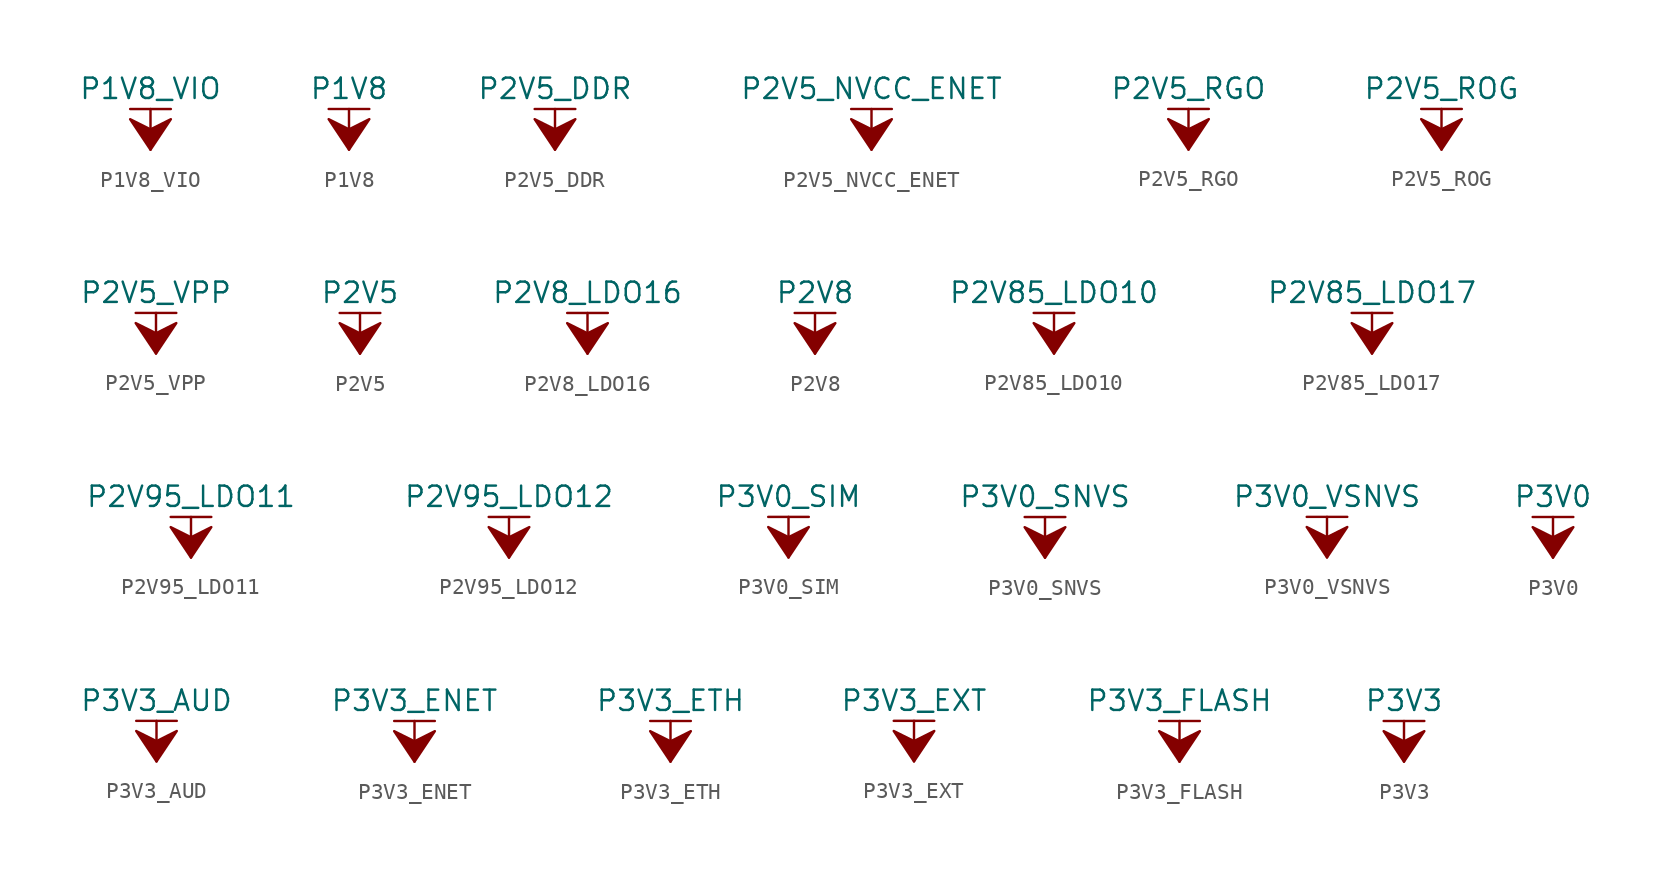
<source format=kicad_sym>
(kicad_symbol_lib
  (version 20211014)
  (generator kicad_symbol_editor)
  (symbol "P1V8_VIO"
    (power)
    (pin_names
      (offset 0))
    (property "Reference" "#PWR"
      (at 0 -3.81 0)
      (effects (font (size 1.27 1.27)) hide))
    (property "Value" "P1V8_VIO"
      (at 0 3.81 0)
      (effects (font (size 1.27 1.27))))
    (symbol "P1V8_VIO_0_1"
      (polyline (pts (xy -1.27 2.54) (xy 1.27 2.54)) (stroke (width 0.152) (type default) (color 0 0 0 0)) (fill (type none)))
      (polyline (pts (xy 0 0) (xy 0 2.54)) (stroke (width 0.152) (type default) (color 0 0 0 0)) (fill (type none)))
      (polyline (pts (xy 0 0) (xy 1.27 1.905) (xy 0 1.27) (xy -1.27 1.905) (xy 0 0)) (stroke (width 0.152) (type default) (color 0 0 0 0)) (fill (type outline))))
    (symbol "P1V8_VIO_1_1"
      (pin power_in line (at 0 0 90) (length 0) hide (name "P1V8_VIO" (effects (font (size 1.27 1.27)))) (number "1" (effects (font (size 1.27 1.27)))))))
  (symbol "P1V8"
    (power)
    (pin_names
      (offset 0))
    (property "Reference" "#PWR"
      (at 0 -3.81 0)
      (effects (font (size 1.27 1.27)) hide))
    (property "Value" "P1V8"
      (at 0 3.81 0)
      (effects (font (size 1.27 1.27))))
    (symbol "P1V8_0_1"
      (polyline (pts (xy -1.27 2.54) (xy 1.27 2.54)) (stroke (width 0.152) (type default) (color 0 0 0 0)) (fill (type none)))
      (polyline (pts (xy 0 0) (xy 0 2.54)) (stroke (width 0.152) (type default) (color 0 0 0 0)) (fill (type none)))
      (polyline (pts (xy 0 0) (xy 1.27 1.905) (xy 0 1.27) (xy -1.27 1.905) (xy 0 0)) (stroke (width 0.152) (type default) (color 0 0 0 0)) (fill (type outline))))
    (symbol "P1V8_1_1"
      (pin power_in line (at 0 0 90) (length 0) hide (name "P1V8" (effects (font (size 1.27 1.27)))) (number "1" (effects (font (size 1.27 1.27)))))))
  (symbol "P2V5_DDR"
    (power)
    (pin_names
      (offset 0))
    (property "Reference" "#PWR"
      (at 0 -3.81 0)
      (effects (font (size 1.27 1.27)) hide))
    (property "Value" "P2V5_DDR"
      (at 0 3.81 0)
      (effects (font (size 1.27 1.27))))
    (symbol "P2V5_DDR_0_1"
      (polyline (pts (xy -1.27 2.54) (xy 1.27 2.54)) (stroke (width 0.152) (type default) (color 0 0 0 0)) (fill (type none)))
      (polyline (pts (xy 0 0) (xy 0 2.54)) (stroke (width 0.152) (type default) (color 0 0 0 0)) (fill (type none)))
      (polyline (pts (xy 0 0) (xy 1.27 1.905) (xy 0 1.27) (xy -1.27 1.905) (xy 0 0)) (stroke (width 0.152) (type default) (color 0 0 0 0)) (fill (type outline))))
    (symbol "P2V5_DDR_1_1"
      (pin power_in line (at 0 0 90) (length 0) hide (name "P2V5_DDR" (effects (font (size 1.27 1.27)))) (number "1" (effects (font (size 1.27 1.27)))))))
  (symbol "P2V5_NVCC_ENET"
    (power)
    (pin_names
      (offset 0))
    (property "Reference" "#PWR"
      (at 0 -3.81 0)
      (effects (font (size 1.27 1.27)) hide))
    (property "Value" "P2V5_NVCC_ENET"
      (at 0 3.81 0)
      (effects (font (size 1.27 1.27))))
    (symbol "P2V5_NVCC_ENET_0_1"
      (polyline (pts (xy -1.27 2.54) (xy 1.27 2.54)) (stroke (width 0.152) (type default) (color 0 0 0 0)) (fill (type none)))
      (polyline (pts (xy 0 0) (xy 0 2.54)) (stroke (width 0.152) (type default) (color 0 0 0 0)) (fill (type none)))
      (polyline (pts (xy 0 0) (xy 1.27 1.905) (xy 0 1.27) (xy -1.27 1.905) (xy 0 0)) (stroke (width 0.152) (type default) (color 0 0 0 0)) (fill (type outline))))
    (symbol "P2V5_NVCC_ENET_1_1"
      (pin power_in line (at 0 0 90) (length 0) hide (name "P2V5" (effects (font (size 1.27 1.27)))) (number "1" (effects (font (size 1.27 1.27)))))))
  (symbol "P2V5_RGO"
    (power)
    (pin_names
      (offset 0))
    (property "Reference" "#PWR"
      (at 0 -3.81 0)
      (effects (font (size 1.27 1.27)) hide))
    (property "Value" "P2V5_RGO"
      (at 0 3.81 0)
      (effects (font (size 1.27 1.27))))
    (symbol "P2V5_RGO_0_1"
      (polyline (pts (xy -1.27 2.54) (xy 1.27 2.54)) (stroke (width 0.152) (type default) (color 0 0 0 0)) (fill (type none)))
      (polyline (pts (xy 0 0) (xy 0 2.54)) (stroke (width 0.152) (type default) (color 0 0 0 0)) (fill (type none)))
      (polyline (pts (xy 0 0) (xy 1.27 1.905) (xy 0 1.27) (xy -1.27 1.905) (xy 0 0)) (stroke (width 0.152) (type default) (color 0 0 0 0)) (fill (type outline))))
    (symbol "P2V5_RGO_1_1"
      (pin power_in line (at 0 0 90) (length 0) hide (name "P2V5_RGO" (effects (font (size 1.27 1.27)))) (number "1" (effects (font (size 1.27 1.27)))))))
  (symbol "P2V5_ROG"
    (power)
    (pin_names
      (offset 0))
    (property "Reference" "#PWR"
      (at 0 -3.81 0)
      (effects (font (size 1.27 1.27)) hide))
    (property "Value" "P2V5_ROG"
      (at 0 3.81 0)
      (effects (font (size 1.27 1.27))))
    (symbol "P2V5_ROG_0_1"
      (polyline (pts (xy -1.27 2.54) (xy 1.27 2.54)) (stroke (width 0.152) (type default) (color 0 0 0 0)) (fill (type none)))
      (polyline (pts (xy 0 0) (xy 0 2.54)) (stroke (width 0.152) (type default) (color 0 0 0 0)) (fill (type none)))
      (polyline (pts (xy 0 0) (xy 1.27 1.905) (xy 0 1.27) (xy -1.27 1.905) (xy 0 0)) (stroke (width 0.152) (type default) (color 0 0 0 0)) (fill (type outline))))
    (symbol "P2V5_ROG_1_1"
      (pin power_in line (at 0 0 90) (length 0) hide (name "P2V5_ROG" (effects (font (size 1.27 1.27)))) (number "1" (effects (font (size 1.27 1.27)))))))
  (symbol "P2V5_VPP"
    (power)
    (pin_names
      (offset 0))
    (property "Reference" "#PWR"
      (at 0 -3.81 0)
      (effects (font (size 1.27 1.27)) hide))
    (property "Value" "P2V5_VPP"
      (at 0 3.81 0)
      (effects (font (size 1.27 1.27))))
    (symbol "P2V5_VPP_0_1"
      (polyline (pts (xy -1.27 2.54) (xy 1.27 2.54)) (stroke (width 0.152) (type default) (color 0 0 0 0)) (fill (type none)))
      (polyline (pts (xy 0 0) (xy 0 2.54)) (stroke (width 0.152) (type default) (color 0 0 0 0)) (fill (type none)))
      (polyline (pts (xy 0 0) (xy 1.27 1.905) (xy 0 1.27) (xy -1.27 1.905) (xy 0 0)) (stroke (width 0.152) (type default) (color 0 0 0 0)) (fill (type outline))))
    (symbol "P2V5_VPP_1_1"
      (pin power_in line (at 0 0 90) (length 0) hide (name "P2V5_VPP" (effects (font (size 1.27 1.27)))) (number "1" (effects (font (size 1.27 1.27)))))))
  (symbol "P2V5"
    (power)
    (pin_names
      (offset 0))
    (property "Reference" "#PWR"
      (at 0 -3.81 0)
      (effects (font (size 1.27 1.27)) hide))
    (property "Value" "P2V5"
      (at 0 3.81 0)
      (effects (font (size 1.27 1.27))))
    (symbol "P2V5_0_1"
      (polyline (pts (xy -1.27 2.54) (xy 1.27 2.54)) (stroke (width 0.152) (type default) (color 0 0 0 0)) (fill (type none)))
      (polyline (pts (xy 0 0) (xy 0 2.54)) (stroke (width 0.152) (type default) (color 0 0 0 0)) (fill (type none)))
      (polyline (pts (xy 0 0) (xy 1.27 1.905) (xy 0 1.27) (xy -1.27 1.905) (xy 0 0)) (stroke (width 0.152) (type default) (color 0 0 0 0)) (fill (type outline))))
    (symbol "P2V5_1_1"
      (pin power_in line (at 0 0 90) (length 0) hide (name "P2V5" (effects (font (size 1.27 1.27)))) (number "1" (effects (font (size 1.27 1.27)))))))
  (symbol "P2V8_LDO16"
    (power)
    (pin_names
      (offset 0))
    (property "Reference" "#PWR"
      (at 0 -3.81 0)
      (effects (font (size 1.27 1.27)) hide))
    (property "Value" "P2V8_LDO16"
      (at 0 3.81 0)
      (effects (font (size 1.27 1.27))))
    (symbol "P2V8_LDO16_0_1"
      (polyline (pts (xy -1.27 2.54) (xy 1.27 2.54)) (stroke (width 0.152) (type default) (color 0 0 0 0)) (fill (type none)))
      (polyline (pts (xy 0 0) (xy 0 2.54)) (stroke (width 0.152) (type default) (color 0 0 0 0)) (fill (type none)))
      (polyline (pts (xy 0 0) (xy 1.27 1.905) (xy 0 1.27) (xy -1.27 1.905) (xy 0 0)) (stroke (width 0.152) (type default) (color 0 0 0 0)) (fill (type outline))))
    (symbol "P2V8_LDO16_1_1"
      (pin power_in line (at 0 0 90) (length 0) hide (name "P2V8_LDO16" (effects (font (size 1.27 1.27)))) (number "1" (effects (font (size 1.27 1.27)))))))
  (symbol "P2V8"
    (power)
    (pin_names
      (offset 0))
    (property "Reference" "#PWR"
      (at 0 -3.81 0)
      (effects (font (size 1.27 1.27)) hide))
    (property "Value" "P2V8"
      (at 0 3.81 0)
      (effects (font (size 1.27 1.27))))
    (symbol "P2V8_0_1"
      (polyline (pts (xy -1.27 2.54) (xy 1.27 2.54)) (stroke (width 0.152) (type default) (color 0 0 0 0)) (fill (type none)))
      (polyline (pts (xy 0 0) (xy 0 2.54)) (stroke (width 0.152) (type default) (color 0 0 0 0)) (fill (type none)))
      (polyline (pts (xy 0 0) (xy 1.27 1.905) (xy 0 1.27) (xy -1.27 1.905) (xy 0 0)) (stroke (width 0.152) (type default) (color 0 0 0 0)) (fill (type outline))))
    (symbol "P2V8_1_1"
      (pin power_in line (at 0 0 90) (length 0) hide (name "P2V8" (effects (font (size 1.27 1.27)))) (number "1" (effects (font (size 1.27 1.27)))))))
  (symbol "P2V85_LDO10"
    (power)
    (pin_names
      (offset 0))
    (property "Reference" "#PWR"
      (at 0 -3.81 0)
      (effects (font (size 1.27 1.27)) hide))
    (property "Value" "P2V85_LDO10"
      (at 0 3.81 0)
      (effects (font (size 1.27 1.27))))
    (symbol "P2V85_LDO10_0_1"
      (polyline (pts (xy -1.27 2.54) (xy 1.27 2.54)) (stroke (width 0.152) (type default) (color 0 0 0 0)) (fill (type none)))
      (polyline (pts (xy 0 0) (xy 0 2.54)) (stroke (width 0.152) (type default) (color 0 0 0 0)) (fill (type none)))
      (polyline (pts (xy 0 0) (xy 1.27 1.905) (xy 0 1.27) (xy -1.27 1.905) (xy 0 0)) (stroke (width 0.152) (type default) (color 0 0 0 0)) (fill (type outline))))
    (symbol "P2V85_LDO10_1_1"
      (pin power_in line (at 0 0 90) (length 0) hide (name "P2V85_LDO10" (effects (font (size 1.27 1.27)))) (number "1" (effects (font (size 1.27 1.27)))))))
  (symbol "P2V85_LDO17"
    (power)
    (pin_names
      (offset 0))
    (property "Reference" "#PWR"
      (at 0 -3.81 0)
      (effects (font (size 1.27 1.27)) hide))
    (property "Value" "P2V85_LDO17"
      (at 0 3.81 0)
      (effects (font (size 1.27 1.27))))
    (symbol "P2V85_LDO17_0_1"
      (polyline (pts (xy -1.27 2.54) (xy 1.27 2.54)) (stroke (width 0.152) (type default) (color 0 0 0 0)) (fill (type none)))
      (polyline (pts (xy 0 0) (xy 0 2.54)) (stroke (width 0.152) (type default) (color 0 0 0 0)) (fill (type none)))
      (polyline (pts (xy 0 0) (xy 1.27 1.905) (xy 0 1.27) (xy -1.27 1.905) (xy 0 0)) (stroke (width 0.152) (type default) (color 0 0 0 0)) (fill (type outline))))
    (symbol "P2V85_LDO17_1_1"
      (pin power_in line (at 0 0 90) (length 0) hide (name "P2V85_LDO17" (effects (font (size 1.27 1.27)))) (number "1" (effects (font (size 1.27 1.27)))))))
  (symbol "P2V95_LDO11"
    (power)
    (pin_names
      (offset 0))
    (property "Reference" "#PWR"
      (at 0 -3.81 0)
      (effects (font (size 1.27 1.27)) hide))
    (property "Value" "P2V95_LDO11"
      (at 0 3.81 0)
      (effects (font (size 1.27 1.27))))
    (symbol "P2V95_LDO11_0_1"
      (polyline (pts (xy -1.27 2.54) (xy 1.27 2.54)) (stroke (width 0.152) (type default) (color 0 0 0 0)) (fill (type none)))
      (polyline (pts (xy 0 0) (xy 0 2.54)) (stroke (width 0.152) (type default) (color 0 0 0 0)) (fill (type none)))
      (polyline (pts (xy 0 0) (xy 1.27 1.905) (xy 0 1.27) (xy -1.27 1.905) (xy 0 0)) (stroke (width 0.152) (type default) (color 0 0 0 0)) (fill (type outline))))
    (symbol "P2V95_LDO11_1_1"
      (pin power_in line (at 0 0 90) (length 0) hide (name "P2V95_LDO11" (effects (font (size 1.27 1.27)))) (number "1" (effects (font (size 1.27 1.27)))))))
  (symbol "P2V95_LDO12"
    (power)
    (pin_names
      (offset 0))
    (property "Reference" "#PWR"
      (at 0 -3.81 0)
      (effects (font (size 1.27 1.27)) hide))
    (property "Value" "P2V95_LDO12"
      (at 0 3.81 0)
      (effects (font (size 1.27 1.27))))
    (symbol "P2V95_LDO12_0_1"
      (polyline (pts (xy -1.27 2.54) (xy 1.27 2.54)) (stroke (width 0.152) (type default) (color 0 0 0 0)) (fill (type none)))
      (polyline (pts (xy 0 0) (xy 0 2.54)) (stroke (width 0.152) (type default) (color 0 0 0 0)) (fill (type none)))
      (polyline (pts (xy 0 0) (xy 1.27 1.905) (xy 0 1.27) (xy -1.27 1.905) (xy 0 0)) (stroke (width 0.152) (type default) (color 0 0 0 0)) (fill (type outline))))
    (symbol "P2V95_LDO12_1_1"
      (pin power_in line (at 0 0 90) (length 0) hide (name "P2V95_LDO12" (effects (font (size 1.27 1.27)))) (number "1" (effects (font (size 1.27 1.27)))))))
  (symbol "P3V0_SIM"
    (power)
    (pin_names
      (offset 0))
    (property "Reference" "#PWR"
      (at 0 -3.81 0)
      (effects (font (size 1.27 1.27)) hide))
    (property "Value" "P3V0_SIM"
      (at 0 3.81 0)
      (effects (font (size 1.27 1.27))))
    (symbol "P3V0_SIM_0_1"
      (polyline (pts (xy -1.27 2.54) (xy 1.27 2.54)) (stroke (width 0.152) (type default) (color 0 0 0 0)) (fill (type none)))
      (polyline (pts (xy 0 0) (xy 0 2.54)) (stroke (width 0.152) (type default) (color 0 0 0 0)) (fill (type none)))
      (polyline (pts (xy 0 0) (xy 1.27 1.905) (xy 0 1.27) (xy -1.27 1.905) (xy 0 0)) (stroke (width 0.152) (type default) (color 0 0 0 0)) (fill (type outline))))
    (symbol "P3V0_SIM_1_1"
      (pin power_in line (at 0 0 90) (length 0) hide (name "P3V0_SIM" (effects (font (size 1.27 1.27)))) (number "1" (effects (font (size 1.27 1.27)))))))
  (symbol "P3V0_SNVS"
    (power)
    (pin_names
      (offset 0))
    (property "Reference" "#PWR"
      (at 0 -3.81 0)
      (effects (font (size 1.27 1.27)) hide))
    (property "Value" "P3V0_SNVS"
      (at 0 3.81 0)
      (effects (font (size 1.27 1.27))))
    (symbol "P3V0_SNVS_0_1"
      (polyline (pts (xy -1.27 2.54) (xy 1.27 2.54)) (stroke (width 0.152) (type default) (color 0 0 0 0)) (fill (type none)))
      (polyline (pts (xy 0 0) (xy 0 2.54)) (stroke (width 0.152) (type default) (color 0 0 0 0)) (fill (type none)))
      (polyline (pts (xy 0 0) (xy 1.27 1.905) (xy 0 1.27) (xy -1.27 1.905) (xy 0 0)) (stroke (width 0.152) (type default) (color 0 0 0 0)) (fill (type outline))))
    (symbol "P3V0_SNVS_1_1"
      (pin power_in line (at 0 0 90) (length 0) hide (name "P3V0_SNVS" (effects (font (size 1.27 1.27)))) (number "1" (effects (font (size 1.27 1.27)))))))
  (symbol "P3V0_VSNVS"
    (power)
    (pin_names
      (offset 0))
    (property "Reference" "#PWR"
      (at 0 -3.81 0)
      (effects (font (size 1.27 1.27)) hide))
    (property "Value" "P3V0_VSNVS"
      (at 0 3.81 0)
      (effects (font (size 1.27 1.27))))
    (symbol "P3V0_VSNVS_0_1"
      (polyline (pts (xy -1.27 2.54) (xy 1.27 2.54)) (stroke (width 0.152) (type default) (color 0 0 0 0)) (fill (type none)))
      (polyline (pts (xy 0 0) (xy 0 2.54)) (stroke (width 0.152) (type default) (color 0 0 0 0)) (fill (type none)))
      (polyline (pts (xy 0 0) (xy 1.27 1.905) (xy 0 1.27) (xy -1.27 1.905) (xy 0 0)) (stroke (width 0.152) (type default) (color 0 0 0 0)) (fill (type outline))))
    (symbol "P3V0_VSNVS_1_1"
      (pin power_in line (at 0 0 90) (length 0) hide (name "P3V0_VSNVS" (effects (font (size 1.27 1.27)))) (number "1" (effects (font (size 1.27 1.27)))))))
  (symbol "P3V0"
    (power)
    (pin_names
      (offset 0))
    (property "Reference" "#PWR"
      (at 0 -3.81 0)
      (effects (font (size 1.27 1.27)) hide))
    (property "Value" "P3V0"
      (at 0 3.81 0)
      (effects (font (size 1.27 1.27))))
    (symbol "P3V0_0_1"
      (polyline (pts (xy -1.27 2.54) (xy 1.27 2.54)) (stroke (width 0.152) (type default) (color 0 0 0 0)) (fill (type none)))
      (polyline (pts (xy 0 0) (xy 0 2.54)) (stroke (width 0.152) (type default) (color 0 0 0 0)) (fill (type none)))
      (polyline (pts (xy 0 0) (xy 1.27 1.905) (xy 0 1.27) (xy -1.27 1.905) (xy 0 0)) (stroke (width 0.152) (type default) (color 0 0 0 0)) (fill (type outline))))
    (symbol "P3V0_1_1"
      (pin power_in line (at 0 0 90) (length 0) hide (name "P3V0" (effects (font (size 1.27 1.27)))) (number "1" (effects (font (size 1.27 1.27)))))))
  (symbol "P3V3_AUD"
    (power)
    (pin_names
      (offset 0))
    (property "Reference" "#PWR"
      (at 0 -3.81 0)
      (effects (font (size 1.27 1.27)) hide))
    (property "Value" "P3V3_AUD"
      (at 0 3.81 0)
      (effects (font (size 1.27 1.27))))
    (symbol "P3V3_AUD_0_1"
      (polyline (pts (xy -1.27 2.54) (xy 1.27 2.54)) (stroke (width 0.152) (type default) (color 0 0 0 0)) (fill (type none)))
      (polyline (pts (xy 0 0) (xy 0 2.54)) (stroke (width 0.152) (type default) (color 0 0 0 0)) (fill (type none)))
      (polyline (pts (xy 0 0) (xy 1.27 1.905) (xy 0 1.27) (xy -1.27 1.905) (xy 0 0)) (stroke (width 0.152) (type default) (color 0 0 0 0)) (fill (type outline))))
    (symbol "P3V3_AUD_1_1"
      (pin power_in line (at 0 0 90) (length 0) hide (name "P3V3_AUD" (effects (font (size 1.27 1.27)))) (number "1" (effects (font (size 1.27 1.27)))))))
  (symbol "P3V3_ENET"
    (power)
    (pin_names
      (offset 0))
    (property "Reference" "#PWR"
      (at 0 -3.81 0)
      (effects (font (size 1.27 1.27)) hide))
    (property "Value" "P3V3_ENET"
      (at 0 3.81 0)
      (effects (font (size 1.27 1.27))))
    (symbol "P3V3_ENET_0_1"
      (polyline (pts (xy -1.27 2.54) (xy 1.27 2.54)) (stroke (width 0.152) (type default) (color 0 0 0 0)) (fill (type none)))
      (polyline (pts (xy 0 0) (xy 0 2.54)) (stroke (width 0.152) (type default) (color 0 0 0 0)) (fill (type none)))
      (polyline (pts (xy 0 0) (xy 1.27 1.905) (xy 0 1.27) (xy -1.27 1.905) (xy 0 0)) (stroke (width 0.152) (type default) (color 0 0 0 0)) (fill (type outline))))
    (symbol "P3V3_ENET_1_1"
      (pin power_in line (at 0 0 90) (length 0) hide (name "P3V3_ENET" (effects (font (size 1.27 1.27)))) (number "1" (effects (font (size 1.27 1.27)))))))
  (symbol "P3V3_ETH"
    (power)
    (pin_names
      (offset 0))
    (property "Reference" "#PWR"
      (at 0 -3.81 0)
      (effects (font (size 1.27 1.27)) hide))
    (property "Value" "P3V3_ETH"
      (at 0 3.81 0)
      (effects (font (size 1.27 1.27))))
    (symbol "P3V3_ETH_0_1"
      (polyline (pts (xy -1.27 2.54) (xy 1.27 2.54)) (stroke (width 0.152) (type default) (color 0 0 0 0)) (fill (type none)))
      (polyline (pts (xy 0 0) (xy 0 2.54)) (stroke (width 0.152) (type default) (color 0 0 0 0)) (fill (type none)))
      (polyline (pts (xy 0 0) (xy 1.27 1.905) (xy 0 1.27) (xy -1.27 1.905) (xy 0 0)) (stroke (width 0.152) (type default) (color 0 0 0 0)) (fill (type outline))))
    (symbol "P3V3_ETH_1_1"
      (pin power_in line (at 0 0 90) (length 0) hide (name "P3V3_ETH" (effects (font (size 1.27 1.27)))) (number "1" (effects (font (size 1.27 1.27)))))))
  (symbol "P3V3_EXT"
    (power)
    (pin_names
      (offset 0))
    (property "Reference" "#PWR"
      (at 0 -3.81 0)
      (effects (font (size 1.27 1.27)) hide))
    (property "Value" "P3V3_EXT"
      (at 0 3.81 0)
      (effects (font (size 1.27 1.27))))
    (symbol "P3V3_EXT_0_1"
      (polyline (pts (xy -1.27 2.54) (xy 1.27 2.54)) (stroke (width 0.152) (type default) (color 0 0 0 0)) (fill (type none)))
      (polyline (pts (xy 0 0) (xy 0 2.54)) (stroke (width 0.152) (type default) (color 0 0 0 0)) (fill (type none)))
      (polyline (pts (xy 0 0) (xy 1.27 1.905) (xy 0 1.27) (xy -1.27 1.905) (xy 0 0)) (stroke (width 0.152) (type default) (color 0 0 0 0)) (fill (type outline))))
    (symbol "P3V3_EXT_1_1"
      (pin power_in line (at 0 0 90) (length 0) hide (name "P3V3_EXT" (effects (font (size 1.27 1.27)))) (number "1" (effects (font (size 1.27 1.27)))))))
  (symbol "P3V3_FLASH"
    (power)
    (pin_names
      (offset 0))
    (property "Reference" "#PWR"
      (at 0 -3.81 0)
      (effects (font (size 1.27 1.27)) hide))
    (property "Value" "P3V3_FLASH"
      (at 0 3.81 0)
      (effects (font (size 1.27 1.27))))
    (symbol "P3V3_FLASH_0_1"
      (polyline (pts (xy -1.27 2.54) (xy 1.27 2.54)) (stroke (width 0.152) (type default) (color 0 0 0 0)) (fill (type none)))
      (polyline (pts (xy 0 0) (xy 0 2.54)) (stroke (width 0.152) (type default) (color 0 0 0 0)) (fill (type none)))
      (polyline (pts (xy 0 0) (xy 1.27 1.905) (xy 0 1.27) (xy -1.27 1.905) (xy 0 0)) (stroke (width 0.152) (type default) (color 0 0 0 0)) (fill (type outline))))
    (symbol "P3V3_FLASH_1_1"
      (pin power_in line (at 0 0 90) (length 0) hide (name "P3V3_FLASH" (effects (font (size 1.27 1.27)))) (number "1" (effects (font (size 1.27 1.27)))))))
  (symbol "P3V3"
    (power)
    (pin_names
      (offset 0))
    (property "Reference" "#PWR"
      (at 0 -3.81 0)
      (effects (font (size 1.27 1.27)) hide))
    (property "Value" "P3V3"
      (at 0 3.81 0)
      (effects (font (size 1.27 1.27))))
    (symbol "P3V3_0_1"
      (polyline (pts (xy -1.27 2.54) (xy 1.27 2.54)) (stroke (width 0.152) (type default) (color 0 0 0 0)) (fill (type none)))
      (polyline (pts (xy 0 0) (xy 0 2.54)) (stroke (width 0.152) (type default) (color 0 0 0 0)) (fill (type none)))
      (polyline (pts (xy 0 0) (xy 1.27 1.905) (xy 0 1.27) (xy -1.27 1.905) (xy 0 0)) (stroke (width 0.152) (type default) (color 0 0 0 0)) (fill (type outline))))
    (symbol "P3V3_1_1"
      (pin power_in line (at 0 0 90) (length 0) hide (name "P3V3" (effects (font (size 1.27 1.27)))) (number "1" (effects (font (size 1.27 1.27))))))))
</source>
